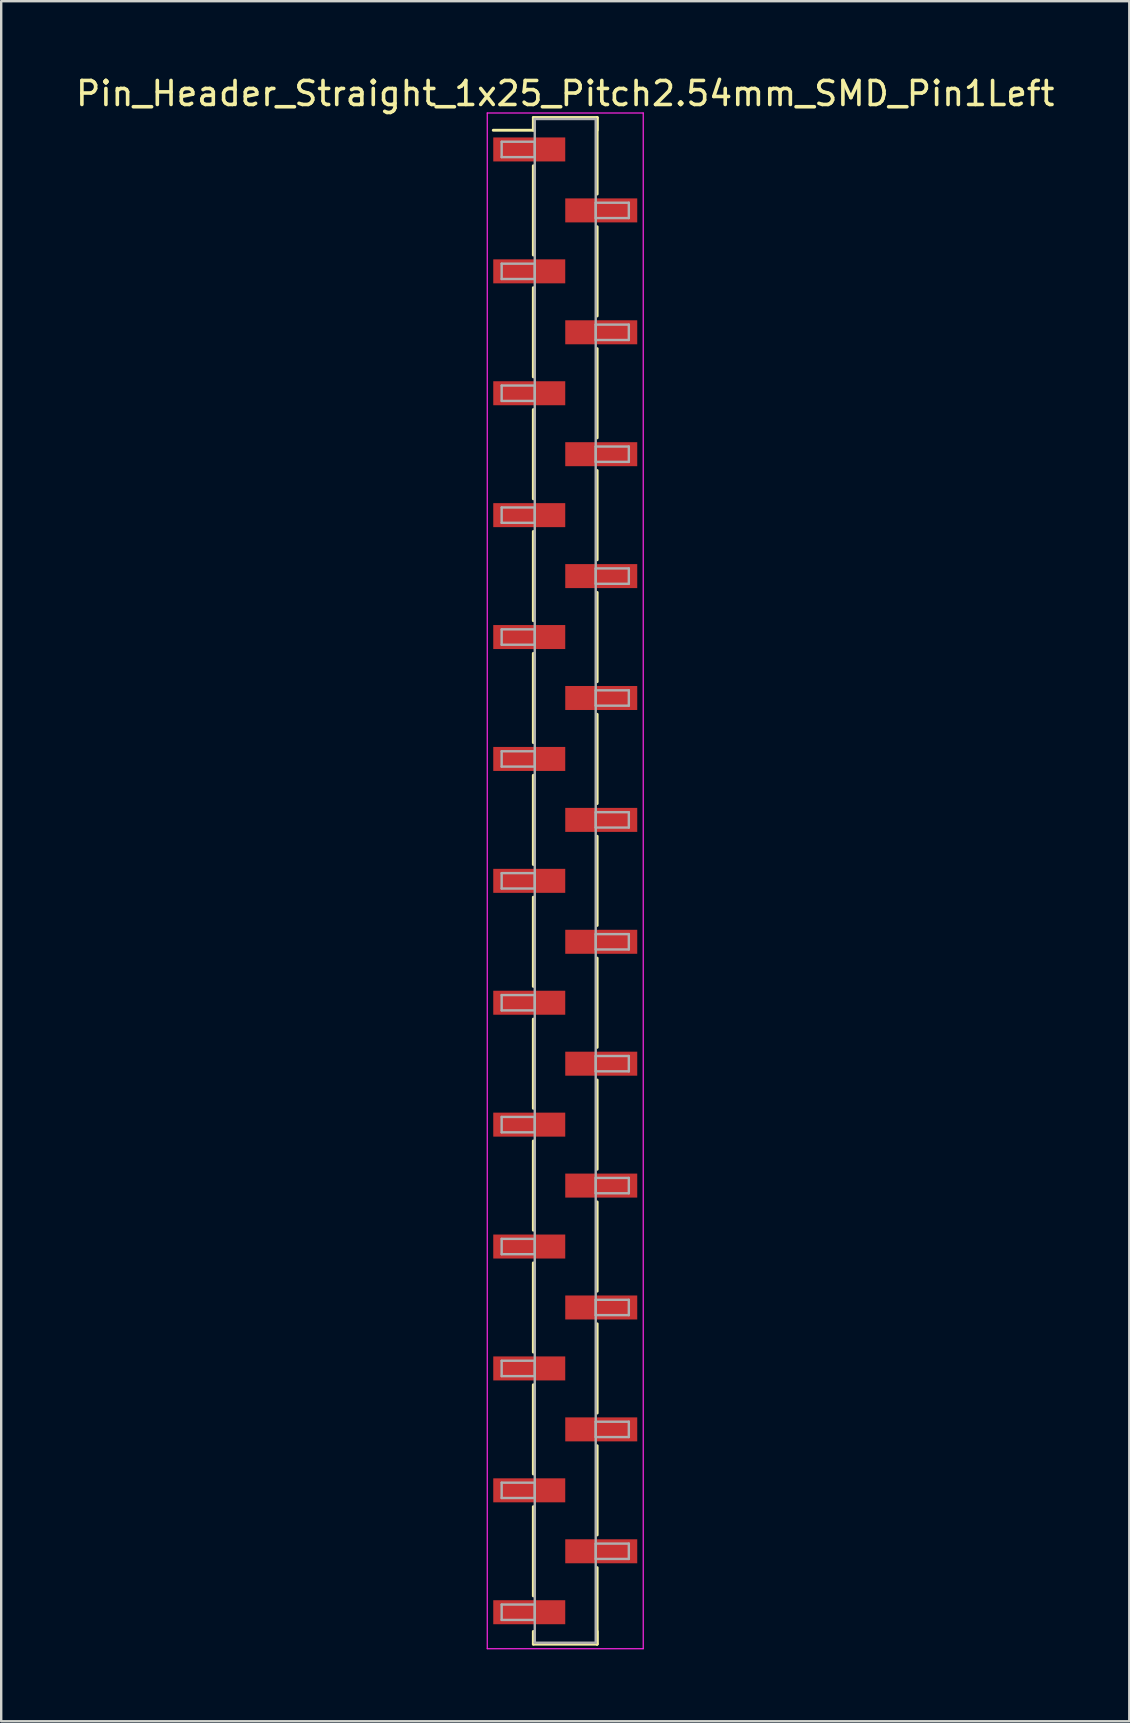
<source format=kicad_pcb>
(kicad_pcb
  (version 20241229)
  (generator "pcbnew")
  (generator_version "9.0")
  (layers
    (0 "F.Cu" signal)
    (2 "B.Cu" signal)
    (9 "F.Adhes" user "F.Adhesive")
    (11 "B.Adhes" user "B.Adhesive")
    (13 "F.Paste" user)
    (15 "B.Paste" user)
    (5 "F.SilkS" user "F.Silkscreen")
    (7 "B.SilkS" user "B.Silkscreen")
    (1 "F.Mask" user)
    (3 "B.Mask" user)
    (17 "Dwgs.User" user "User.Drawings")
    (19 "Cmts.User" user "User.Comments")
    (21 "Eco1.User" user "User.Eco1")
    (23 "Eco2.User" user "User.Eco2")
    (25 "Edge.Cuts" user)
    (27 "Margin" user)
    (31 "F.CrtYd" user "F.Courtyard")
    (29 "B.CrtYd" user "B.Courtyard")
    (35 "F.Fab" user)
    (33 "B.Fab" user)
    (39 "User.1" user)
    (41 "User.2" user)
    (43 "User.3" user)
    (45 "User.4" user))
  (footprint "Pin_Header_Straight_1x25_Pitch2.54mm_SMD_Pin1Left"
    (layer "F.Cu")
    (at 20.506 33.658)
    (property "Reference" "Pin_Header_Straight_1x25_Pitch2.54mm_SMD_Pin1Left" (at 0 -32.81 0) (layer "F.SilkS") (effects (font (size 1 1) (thickness 0.15))))
    (attr smd)
    (fp_line (start -1.33 -31.81) (end 1.33 -31.81) (stroke (width 0.12) (type solid)) (layer "F.SilkS"))
    (fp_line (start -1.33 -31.28) (end -3 -31.28) (stroke (width 0.12) (type solid)) (layer "F.SilkS"))
    (fp_line (start -1.33 -31.28) (end -1.33 -31.81) (stroke (width 0.12) (type solid)) (layer "F.SilkS"))
    (fp_line (start -1.33 -29.8) (end -1.33 -26.08) (stroke (width 0.12) (type solid)) (layer "F.SilkS"))
    (fp_line (start -1.33 -24.72) (end -1.33 -21) (stroke (width 0.12) (type solid)) (layer "F.SilkS"))
    (fp_line (start -1.33 -19.64) (end -1.33 -15.92) (stroke (width 0.12) (type solid)) (layer "F.SilkS"))
    (fp_line (start -1.33 -14.56) (end -1.33 -10.84) (stroke (width 0.12) (type solid)) (layer "F.SilkS"))
    (fp_line (start -1.33 -9.48) (end -1.33 -5.76) (stroke (width 0.12) (type solid)) (layer "F.SilkS"))
    (fp_line (start -1.33 -4.4) (end -1.33 -0.68) (stroke (width 0.12) (type solid)) (layer "F.SilkS"))
    (fp_line (start -1.33 0.68) (end -1.33 4.4) (stroke (width 0.12) (type solid)) (layer "F.SilkS"))
    (fp_line (start -1.33 5.76) (end -1.33 9.48) (stroke (width 0.12) (type solid)) (layer "F.SilkS"))
    (fp_line (start -1.33 10.84) (end -1.33 14.56) (stroke (width 0.12) (type solid)) (layer "F.SilkS"))
    (fp_line (start -1.33 15.92) (end -1.33 19.64) (stroke (width 0.12) (type solid)) (layer "F.SilkS"))
    (fp_line (start -1.33 21) (end -1.33 24.72) (stroke (width 0.12) (type solid)) (layer "F.SilkS"))
    (fp_line (start -1.33 26.08) (end -1.33 29.8) (stroke (width 0.12) (type solid)) (layer "F.SilkS"))
    (fp_line (start -1.33 31.28) (end -1.33 31.81) (stroke (width 0.12) (type solid)) (layer "F.SilkS"))
    (fp_line (start -1.33 31.81) (end 1.33 31.81) (stroke (width 0.12) (type solid)) (layer "F.SilkS"))
    (fp_line (start 1.33 -31.81) (end 1.33 -31.28) (stroke (width 0.12) (type solid)) (layer "F.SilkS"))
    (fp_line (start 1.33 -31.81) (end 1.33 -28.62) (stroke (width 0.12) (type solid)) (layer "F.SilkS"))
    (fp_line (start 1.33 -27.26) (end 1.33 -23.54) (stroke (width 0.12) (type solid)) (layer "F.SilkS"))
    (fp_line (start 1.33 -22.18) (end 1.33 -18.46) (stroke (width 0.12) (type solid)) (layer "F.SilkS"))
    (fp_line (start 1.33 -17.1) (end 1.33 -13.38) (stroke (width 0.12) (type solid)) (layer "F.SilkS"))
    (fp_line (start 1.33 -12.02) (end 1.33 -8.3) (stroke (width 0.12) (type solid)) (layer "F.SilkS"))
    (fp_line (start 1.33 -6.94) (end 1.33 -3.22) (stroke (width 0.12) (type solid)) (layer "F.SilkS"))
    (fp_line (start 1.33 -1.86) (end 1.33 1.86) (stroke (width 0.12) (type solid)) (layer "F.SilkS"))
    (fp_line (start 1.33 3.22) (end 1.33 6.94) (stroke (width 0.12) (type solid)) (layer "F.SilkS"))
    (fp_line (start 1.33 8.3) (end 1.33 12.02) (stroke (width 0.12) (type solid)) (layer "F.SilkS"))
    (fp_line (start 1.33 13.38) (end 1.33 17.1) (stroke (width 0.12) (type solid)) (layer "F.SilkS"))
    (fp_line (start 1.33 18.46) (end 1.33 22.18) (stroke (width 0.12) (type solid)) (layer "F.SilkS"))
    (fp_line (start 1.33 23.54) (end 1.33 27.26) (stroke (width 0.12) (type solid)) (layer "F.SilkS"))
    (fp_line (start 1.33 28.62) (end 1.33 31.81) (stroke (width 0.12) (type solid)) (layer "F.SilkS"))
    (fp_line (start 1.33 31.81) (end 1.33 31.28) (stroke (width 0.12) (type solid)) (layer "F.SilkS"))
    (fp_line (start -3.25 -32) (end -3.25 32) (stroke (width 0.05) (type solid)) (layer "F.CrtYd"))
    (fp_line (start -3.25 32) (end 3.25 32) (stroke (width 0.05) (type solid)) (layer "F.CrtYd"))
    (fp_line (start 3.25 -32) (end -3.25 -32) (stroke (width 0.05) (type solid)) (layer "F.CrtYd"))
    (fp_line (start 3.25 32) (end 3.25 -32) (stroke (width 0.05) (type solid)) (layer "F.CrtYd"))
    (fp_line (start -2.65 -30.8) (end -1.27 -30.8) (stroke (width 0.1) (type solid)) (layer "F.Fab"))
    (fp_line (start -2.65 -30.16) (end -2.65 -30.8) (stroke (width 0.1) (type solid)) (layer "F.Fab"))
    (fp_line (start -2.65 -25.72) (end -1.27 -25.72) (stroke (width 0.1) (type solid)) (layer "F.Fab"))
    (fp_line (start -2.65 -25.08) (end -2.65 -25.72) (stroke (width 0.1) (type solid)) (layer "F.Fab"))
    (fp_line (start -2.65 -20.64) (end -1.27 -20.64) (stroke (width 0.1) (type solid)) (layer "F.Fab"))
    (fp_line (start -2.65 -20) (end -2.65 -20.64) (stroke (width 0.1) (type solid)) (layer "F.Fab"))
    (fp_line (start -2.65 -15.56) (end -1.27 -15.56) (stroke (width 0.1) (type solid)) (layer "F.Fab"))
    (fp_line (start -2.65 -14.92) (end -2.65 -15.56) (stroke (width 0.1) (type solid)) (layer "F.Fab"))
    (fp_line (start -2.65 -10.48) (end -1.27 -10.48) (stroke (width 0.1) (type solid)) (layer "F.Fab"))
    (fp_line (start -2.65 -9.84) (end -2.65 -10.48) (stroke (width 0.1) (type solid)) (layer "F.Fab"))
    (fp_line (start -2.65 -5.4) (end -1.27 -5.4) (stroke (width 0.1) (type solid)) (layer "F.Fab"))
    (fp_line (start -2.65 -4.76) (end -2.65 -5.4) (stroke (width 0.1) (type solid)) (layer "F.Fab"))
    (fp_line (start -2.65 -0.32) (end -1.27 -0.32) (stroke (width 0.1) (type solid)) (layer "F.Fab"))
    (fp_line (start -2.65 0.32) (end -2.65 -0.32) (stroke (width 0.1) (type solid)) (layer "F.Fab"))
    (fp_line (start -2.65 4.76) (end -1.27 4.76) (stroke (width 0.1) (type solid)) (layer "F.Fab"))
    (fp_line (start -2.65 5.4) (end -2.65 4.76) (stroke (width 0.1) (type solid)) (layer "F.Fab"))
    (fp_line (start -2.65 9.84) (end -1.27 9.84) (stroke (width 0.1) (type solid)) (layer "F.Fab"))
    (fp_line (start -2.65 10.48) (end -2.65 9.84) (stroke (width 0.1) (type solid)) (layer "F.Fab"))
    (fp_line (start -2.65 14.92) (end -1.27 14.92) (stroke (width 0.1) (type solid)) (layer "F.Fab"))
    (fp_line (start -2.65 15.56) (end -2.65 14.92) (stroke (width 0.1) (type solid)) (layer "F.Fab"))
    (fp_line (start -2.65 20) (end -1.27 20) (stroke (width 0.1) (type solid)) (layer "F.Fab"))
    (fp_line (start -2.65 20.64) (end -2.65 20) (stroke (width 0.1) (type solid)) (layer "F.Fab"))
    (fp_line (start -2.65 25.08) (end -1.27 25.08) (stroke (width 0.1) (type solid)) (layer "F.Fab"))
    (fp_line (start -2.65 25.72) (end -2.65 25.08) (stroke (width 0.1) (type solid)) (layer "F.Fab"))
    (fp_line (start -2.65 30.16) (end -1.27 30.16) (stroke (width 0.1) (type solid)) (layer "F.Fab"))
    (fp_line (start -2.65 30.8) (end -2.65 30.16) (stroke (width 0.1) (type solid)) (layer "F.Fab"))
    (fp_line (start -1.27 -31.75) (end -1.27 31.75) (stroke (width 0.1) (type solid)) (layer "F.Fab"))
    (fp_line (start -1.27 -30.8) (end -1.27 -30.16) (stroke (width 0.1) (type solid)) (layer "F.Fab"))
    (fp_line (start -1.27 -30.16) (end -2.65 -30.16) (stroke (width 0.1) (type solid)) (layer "F.Fab"))
    (fp_line (start -1.27 -25.72) (end -1.27 -25.08) (stroke (width 0.1) (type solid)) (layer "F.Fab"))
    (fp_line (start -1.27 -25.08) (end -2.65 -25.08) (stroke (width 0.1) (type solid)) (layer "F.Fab"))
    (fp_line (start -1.27 -20.64) (end -1.27 -20) (stroke (width 0.1) (type solid)) (layer "F.Fab"))
    (fp_line (start -1.27 -20) (end -2.65 -20) (stroke (width 0.1) (type solid)) (layer "F.Fab"))
    (fp_line (start -1.27 -15.56) (end -1.27 -14.92) (stroke (width 0.1) (type solid)) (layer "F.Fab"))
    (fp_line (start -1.27 -14.92) (end -2.65 -14.92) (stroke (width 0.1) (type solid)) (layer "F.Fab"))
    (fp_line (start -1.27 -10.48) (end -1.27 -9.84) (stroke (width 0.1) (type solid)) (layer "F.Fab"))
    (fp_line (start -1.27 -9.84) (end -2.65 -9.84) (stroke (width 0.1) (type solid)) (layer "F.Fab"))
    (fp_line (start -1.27 -5.4) (end -1.27 -4.76) (stroke (width 0.1) (type solid)) (layer "F.Fab"))
    (fp_line (start -1.27 -4.76) (end -2.65 -4.76) (stroke (width 0.1) (type solid)) (layer "F.Fab"))
    (fp_line (start -1.27 -0.32) (end -1.27 0.32) (stroke (width 0.1) (type solid)) (layer "F.Fab"))
    (fp_line (start -1.27 0.32) (end -2.65 0.32) (stroke (width 0.1) (type solid)) (layer "F.Fab"))
    (fp_line (start -1.27 4.76) (end -1.27 5.4) (stroke (width 0.1) (type solid)) (layer "F.Fab"))
    (fp_line (start -1.27 5.4) (end -2.65 5.4) (stroke (width 0.1) (type solid)) (layer "F.Fab"))
    (fp_line (start -1.27 9.84) (end -1.27 10.48) (stroke (width 0.1) (type solid)) (layer "F.Fab"))
    (fp_line (start -1.27 10.48) (end -2.65 10.48) (stroke (width 0.1) (type solid)) (layer "F.Fab"))
    (fp_line (start -1.27 14.92) (end -1.27 15.56) (stroke (width 0.1) (type solid)) (layer "F.Fab"))
    (fp_line (start -1.27 15.56) (end -2.65 15.56) (stroke (width 0.1) (type solid)) (layer "F.Fab"))
    (fp_line (start -1.27 20) (end -1.27 20.64) (stroke (width 0.1) (type solid)) (layer "F.Fab"))
    (fp_line (start -1.27 20.64) (end -2.65 20.64) (stroke (width 0.1) (type solid)) (layer "F.Fab"))
    (fp_line (start -1.27 25.08) (end -1.27 25.72) (stroke (width 0.1) (type solid)) (layer "F.Fab"))
    (fp_line (start -1.27 25.72) (end -2.65 25.72) (stroke (width 0.1) (type solid)) (layer "F.Fab"))
    (fp_line (start -1.27 30.16) (end -1.27 30.8) (stroke (width 0.1) (type solid)) (layer "F.Fab"))
    (fp_line (start -1.27 30.8) (end -2.65 30.8) (stroke (width 0.1) (type solid)) (layer "F.Fab"))
    (fp_line (start -1.27 31.75) (end 1.27 31.75) (stroke (width 0.1) (type solid)) (layer "F.Fab"))
    (fp_line (start 1.27 -31.75) (end -1.27 -31.75) (stroke (width 0.1) (type solid)) (layer "F.Fab"))
    (fp_line (start 1.27 -28.26) (end 1.27 -27.62) (stroke (width 0.1) (type solid)) (layer "F.Fab"))
    (fp_line (start 1.27 -27.62) (end 2.65 -27.62) (stroke (width 0.1) (type solid)) (layer "F.Fab"))
    (fp_line (start 1.27 -23.18) (end 1.27 -22.54) (stroke (width 0.1) (type solid)) (layer "F.Fab"))
    (fp_line (start 1.27 -22.54) (end 2.65 -22.54) (stroke (width 0.1) (type solid)) (layer "F.Fab"))
    (fp_line (start 1.27 -18.1) (end 1.27 -17.46) (stroke (width 0.1) (type solid)) (layer "F.Fab"))
    (fp_line (start 1.27 -17.46) (end 2.65 -17.46) (stroke (width 0.1) (type solid)) (layer "F.Fab"))
    (fp_line (start 1.27 -13.02) (end 1.27 -12.38) (stroke (width 0.1) (type solid)) (layer "F.Fab"))
    (fp_line (start 1.27 -12.38) (end 2.65 -12.38) (stroke (width 0.1) (type solid)) (layer "F.Fab"))
    (fp_line (start 1.27 -7.94) (end 1.27 -7.3) (stroke (width 0.1) (type solid)) (layer "F.Fab"))
    (fp_line (start 1.27 -7.3) (end 2.65 -7.3) (stroke (width 0.1) (type solid)) (layer "F.Fab"))
    (fp_line (start 1.27 -2.86) (end 1.27 -2.22) (stroke (width 0.1) (type solid)) (layer "F.Fab"))
    (fp_line (start 1.27 -2.22) (end 2.65 -2.22) (stroke (width 0.1) (type solid)) (layer "F.Fab"))
    (fp_line (start 1.27 2.22) (end 1.27 2.86) (stroke (width 0.1) (type solid)) (layer "F.Fab"))
    (fp_line (start 1.27 2.86) (end 2.65 2.86) (stroke (width 0.1) (type solid)) (layer "F.Fab"))
    (fp_line (start 1.27 7.3) (end 1.27 7.94) (stroke (width 0.1) (type solid)) (layer "F.Fab"))
    (fp_line (start 1.27 7.94) (end 2.65 7.94) (stroke (width 0.1) (type solid)) (layer "F.Fab"))
    (fp_line (start 1.27 12.38) (end 1.27 13.02) (stroke (width 0.1) (type solid)) (layer "F.Fab"))
    (fp_line (start 1.27 13.02) (end 2.65 13.02) (stroke (width 0.1) (type solid)) (layer "F.Fab"))
    (fp_line (start 1.27 17.46) (end 1.27 18.1) (stroke (width 0.1) (type solid)) (layer "F.Fab"))
    (fp_line (start 1.27 18.1) (end 2.65 18.1) (stroke (width 0.1) (type solid)) (layer "F.Fab"))
    (fp_line (start 1.27 22.54) (end 1.27 23.18) (stroke (width 0.1) (type solid)) (layer "F.Fab"))
    (fp_line (start 1.27 23.18) (end 2.65 23.18) (stroke (width 0.1) (type solid)) (layer "F.Fab"))
    (fp_line (start 1.27 27.62) (end 1.27 28.26) (stroke (width 0.1) (type solid)) (layer "F.Fab"))
    (fp_line (start 1.27 28.26) (end 2.65 28.26) (stroke (width 0.1) (type solid)) (layer "F.Fab"))
    (fp_line (start 1.27 31.75) (end 1.27 -31.75) (stroke (width 0.1) (type solid)) (layer "F.Fab"))
    (fp_line (start 2.65 -28.26) (end 1.27 -28.26) (stroke (width 0.1) (type solid)) (layer "F.Fab"))
    (fp_line (start 2.65 -27.62) (end 2.65 -28.26) (stroke (width 0.1) (type solid)) (layer "F.Fab"))
    (fp_line (start 2.65 -23.18) (end 1.27 -23.18) (stroke (width 0.1) (type solid)) (layer "F.Fab"))
    (fp_line (start 2.65 -22.54) (end 2.65 -23.18) (stroke (width 0.1) (type solid)) (layer "F.Fab"))
    (fp_line (start 2.65 -18.1) (end 1.27 -18.1) (stroke (width 0.1) (type solid)) (layer "F.Fab"))
    (fp_line (start 2.65 -17.46) (end 2.65 -18.1) (stroke (width 0.1) (type solid)) (layer "F.Fab"))
    (fp_line (start 2.65 -13.02) (end 1.27 -13.02) (stroke (width 0.1) (type solid)) (layer "F.Fab"))
    (fp_line (start 2.65 -12.38) (end 2.65 -13.02) (stroke (width 0.1) (type solid)) (layer "F.Fab"))
    (fp_line (start 2.65 -7.94) (end 1.27 -7.94) (stroke (width 0.1) (type solid)) (layer "F.Fab"))
    (fp_line (start 2.65 -7.3) (end 2.65 -7.94) (stroke (width 0.1) (type solid)) (layer "F.Fab"))
    (fp_line (start 2.65 -2.86) (end 1.27 -2.86) (stroke (width 0.1) (type solid)) (layer "F.Fab"))
    (fp_line (start 2.65 -2.22) (end 2.65 -2.86) (stroke (width 0.1) (type solid)) (layer "F.Fab"))
    (fp_line (start 2.65 2.22) (end 1.27 2.22) (stroke (width 0.1) (type solid)) (layer "F.Fab"))
    (fp_line (start 2.65 2.86) (end 2.65 2.22) (stroke (width 0.1) (type solid)) (layer "F.Fab"))
    (fp_line (start 2.65 7.3) (end 1.27 7.3) (stroke (width 0.1) (type solid)) (layer "F.Fab"))
    (fp_line (start 2.65 7.94) (end 2.65 7.3) (stroke (width 0.1) (type solid)) (layer "F.Fab"))
    (fp_line (start 2.65 12.38) (end 1.27 12.38) (stroke (width 0.1) (type solid)) (layer "F.Fab"))
    (fp_line (start 2.65 13.02) (end 2.65 12.38) (stroke (width 0.1) (type solid)) (layer "F.Fab"))
    (fp_line (start 2.65 17.46) (end 1.27 17.46) (stroke (width 0.1) (type solid)) (layer "F.Fab"))
    (fp_line (start 2.65 18.1) (end 2.65 17.46) (stroke (width 0.1) (type solid)) (layer "F.Fab"))
    (fp_line (start 2.65 22.54) (end 1.27 22.54) (stroke (width 0.1) (type solid)) (layer "F.Fab"))
    (fp_line (start 2.65 23.18) (end 2.65 22.54) (stroke (width 0.1) (type solid)) (layer "F.Fab"))
    (fp_line (start 2.65 27.62) (end 1.27 27.62) (stroke (width 0.1) (type solid)) (layer "F.Fab"))
    (fp_line (start 2.65 28.26) (end 2.65 27.62) (stroke (width 0.1) (type solid)) (layer "F.Fab"))
    (pad "1" smd rect (at -1.5 -30.48) (size 3 1) (layers "F.Cu" "F.Mask"))
    (pad "2" smd rect (at 1.5 -27.94) (size 3 1) (layers "F.Cu" "F.Mask"))
    (pad "3" smd rect (at -1.5 -25.4) (size 3 1) (layers "F.Cu" "F.Mask"))
    (pad "4" smd rect (at 1.5 -22.86) (size 3 1) (layers "F.Cu" "F.Mask"))
    (pad "5" smd rect (at -1.5 -20.32) (size 3 1) (layers "F.Cu" "F.Mask"))
    (pad "6" smd rect (at 1.5 -17.78) (size 3 1) (layers "F.Cu" "F.Mask"))
    (pad "7" smd rect (at -1.5 -15.24) (size 3 1) (layers "F.Cu" "F.Mask"))
    (pad "8" smd rect (at 1.5 -12.7) (size 3 1) (layers "F.Cu" "F.Mask"))
    (pad "9" smd rect (at -1.5 -10.16) (size 3 1) (layers "F.Cu" "F.Mask"))
    (pad "10" smd rect (at 1.5 -7.62) (size 3 1) (layers "F.Cu" "F.Mask"))
    (pad "11" smd rect (at -1.5 -5.08) (size 3 1) (layers "F.Cu" "F.Mask"))
    (pad "12" smd rect (at 1.5 -2.54) (size 3 1) (layers "F.Cu" "F.Mask"))
    (pad "13" smd rect (at -1.5 0) (size 3 1) (layers "F.Cu" "F.Mask"))
    (pad "14" smd rect (at 1.5 2.54) (size 3 1) (layers "F.Cu" "F.Mask"))
    (pad "15" smd rect (at -1.5 5.08) (size 3 1) (layers "F.Cu" "F.Mask"))
    (pad "16" smd rect (at 1.5 7.62) (size 3 1) (layers "F.Cu" "F.Mask"))
    (pad "17" smd rect (at -1.5 10.16) (size 3 1) (layers "F.Cu" "F.Mask"))
    (pad "18" smd rect (at 1.5 12.7) (size 3 1) (layers "F.Cu" "F.Mask"))
    (pad "19" smd rect (at -1.5 15.24) (size 3 1) (layers "F.Cu" "F.Mask"))
    (pad "20" smd rect (at 1.5 17.78) (size 3 1) (layers "F.Cu" "F.Mask"))
    (pad "21" smd rect (at -1.5 20.32) (size 3 1) (layers "F.Cu" "F.Mask"))
    (pad "22" smd rect (at 1.5 22.86) (size 3 1) (layers "F.Cu" "F.Mask"))
    (pad "23" smd rect (at -1.5 25.4) (size 3 1) (layers "F.Cu" "F.Mask"))
    (pad "24" smd rect (at 1.5 27.94) (size 3 1) (layers "F.Cu" "F.Mask"))
    (pad "25" smd rect (at -1.5 30.48) (size 3 1) (layers "F.Cu" "F.Mask")))
  (gr_rect
    (start -3 -3)
    (end 44.012 68.683)
    (stroke (width 0.1) (type default))
    (fill no)
    (layer "Edge.Cuts")))
</source>
